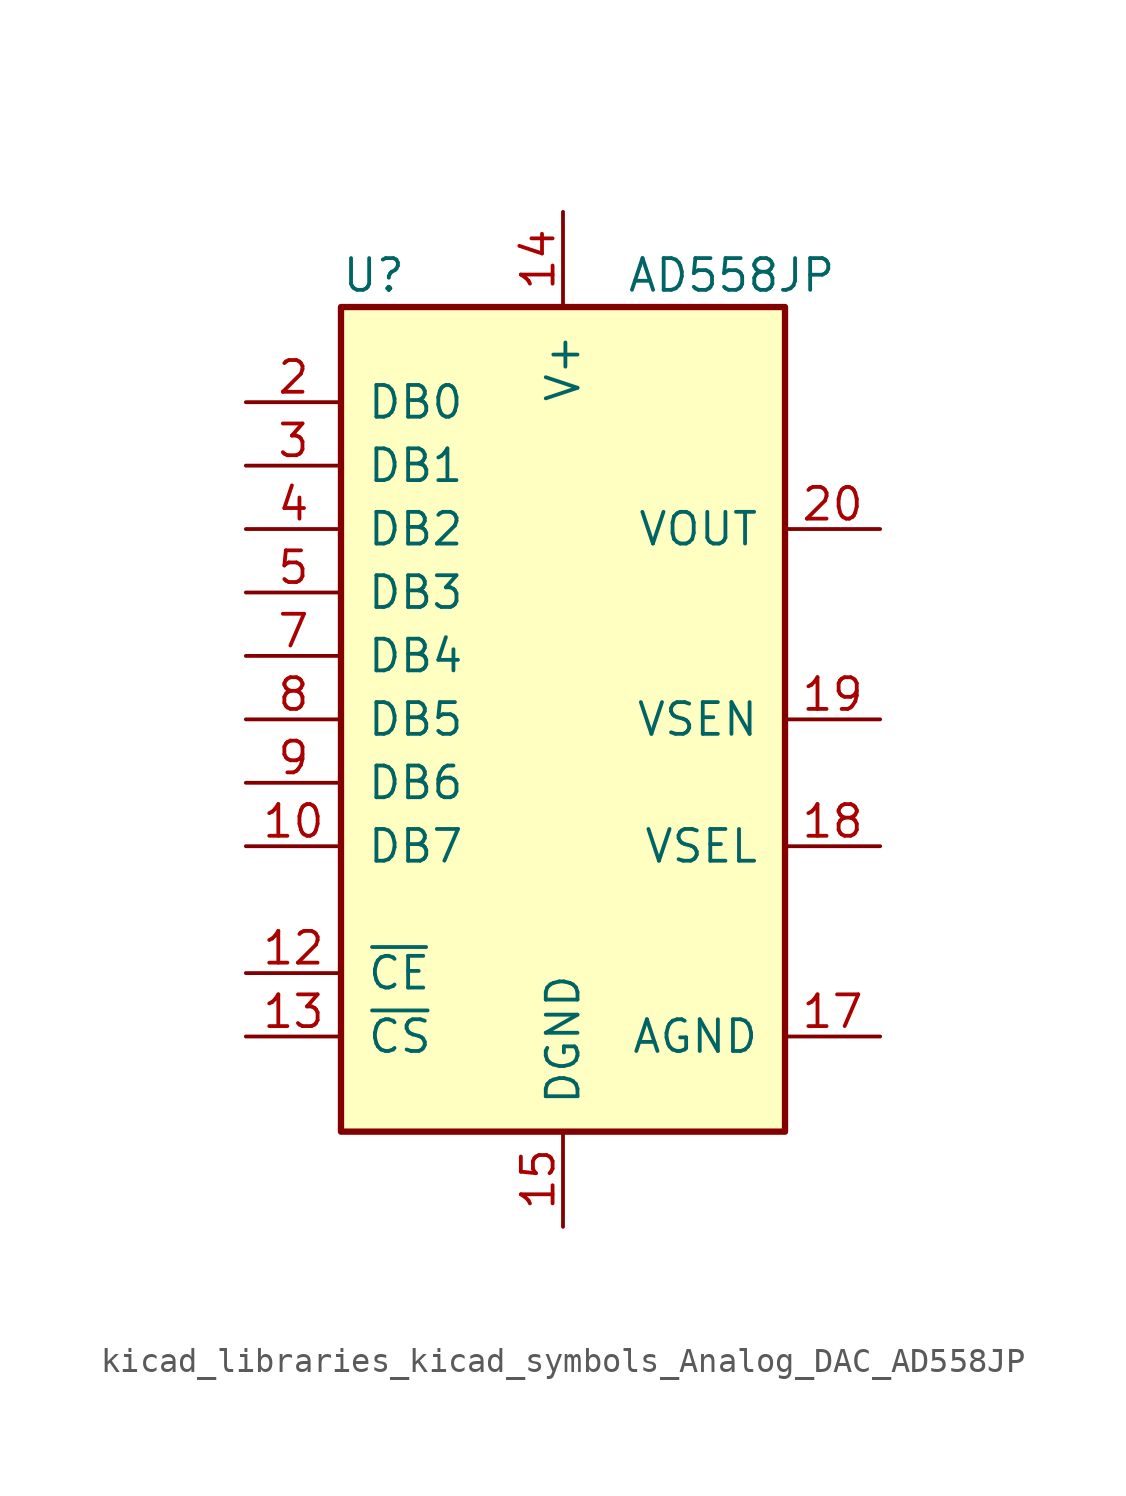
<source format=kicad_sym>
(kicad_symbol_lib
  (version 20220914)
  (generator kicad_symbol_editor)
  (symbol "kicad_libraries_kicad_symbols_Analog_DAC_AD558JP"
    (pin_names
      (offset 1.016))
    (property "Reference" "U"
      (at -8.89 17.78 0)
      (effects (font (size 1.27 1.27)) (justify left)))
    (property "Value" "AD558JP"
      (at 2.54 17.78 0)
      (effects (font (size 1.27 1.27)) (justify left)))
    (symbol "kicad_libraries_kicad_symbols_Analog_DAC_AD558JP_0_1"
      (rectangle (start -8.89 -16.51) (end 8.89 16.51) (stroke (width 0.254) (type default)) (fill (type background))))
    (symbol "kicad_libraries_kicad_symbols_Analog_DAC_AD558JP_1_1"
      (pin input line (at -12.7 -5.08 0) (length 3.81) (name "DB7" (effects (font (size 1.27 1.27)))) (number "10" (effects (font (size 1.27 1.27)))))
      (pin input line (at -12.7 -10.16 0) (length 3.81) (name "~{CE}" (effects (font (size 1.27 1.27)))) (number "12" (effects (font (size 1.27 1.27)))))
      (pin input line (at -12.7 -12.7 0) (length 3.81) (name "~{CS}" (effects (font (size 1.27 1.27)))) (number "13" (effects (font (size 1.27 1.27)))))
      (pin power_in line (at 0 20.32 270) (length 3.81) (name "V+" (effects (font (size 1.27 1.27)))) (number "14" (effects (font (size 1.27 1.27)))))
      (pin power_in line (at 0 -20.32 90) (length 3.81) (name "DGND" (effects (font (size 1.27 1.27)))) (number "15" (effects (font (size 1.27 1.27)))))
      (pin power_in line (at 12.7 -12.7 180) (length 3.81) (name "AGND" (effects (font (size 1.27 1.27)))) (number "17" (effects (font (size 1.27 1.27)))))
      (pin input line (at 12.7 -5.08 180) (length 3.81) (name "VSEL" (effects (font (size 1.27 1.27)))) (number "18" (effects (font (size 1.27 1.27)))))
      (pin input line (at 12.7 0 180) (length 3.81) (name "VSEN" (effects (font (size 1.27 1.27)))) (number "19" (effects (font (size 1.27 1.27)))))
      (pin input line (at -12.7 12.7 0) (length 3.81) (name "DB0" (effects (font (size 1.27 1.27)))) (number "2" (effects (font (size 1.27 1.27)))))
      (pin output line (at 12.7 7.62 180) (length 3.81) (name "VOUT" (effects (font (size 1.27 1.27)))) (number "20" (effects (font (size 1.27 1.27)))))
      (pin input line (at -12.7 10.16 0) (length 3.81) (name "DB1" (effects (font (size 1.27 1.27)))) (number "3" (effects (font (size 1.27 1.27)))))
      (pin input line (at -12.7 7.62 0) (length 3.81) (name "DB2" (effects (font (size 1.27 1.27)))) (number "4" (effects (font (size 1.27 1.27)))))
      (pin input line (at -12.7 5.08 0) (length 3.81) (name "DB3" (effects (font (size 1.27 1.27)))) (number "5" (effects (font (size 1.27 1.27)))))
      (pin input line (at -12.7 2.54 0) (length 3.81) (name "DB4" (effects (font (size 1.27 1.27)))) (number "7" (effects (font (size 1.27 1.27)))))
      (pin input line (at -12.7 0 0) (length 3.81) (name "DB5" (effects (font (size 1.27 1.27)))) (number "8" (effects (font (size 1.27 1.27)))))
      (pin input line (at -12.7 -2.54 0) (length 3.81) (name "DB6" (effects (font (size 1.27 1.27)))) (number "9" (effects (font (size 1.27 1.27))))))))
</source>
